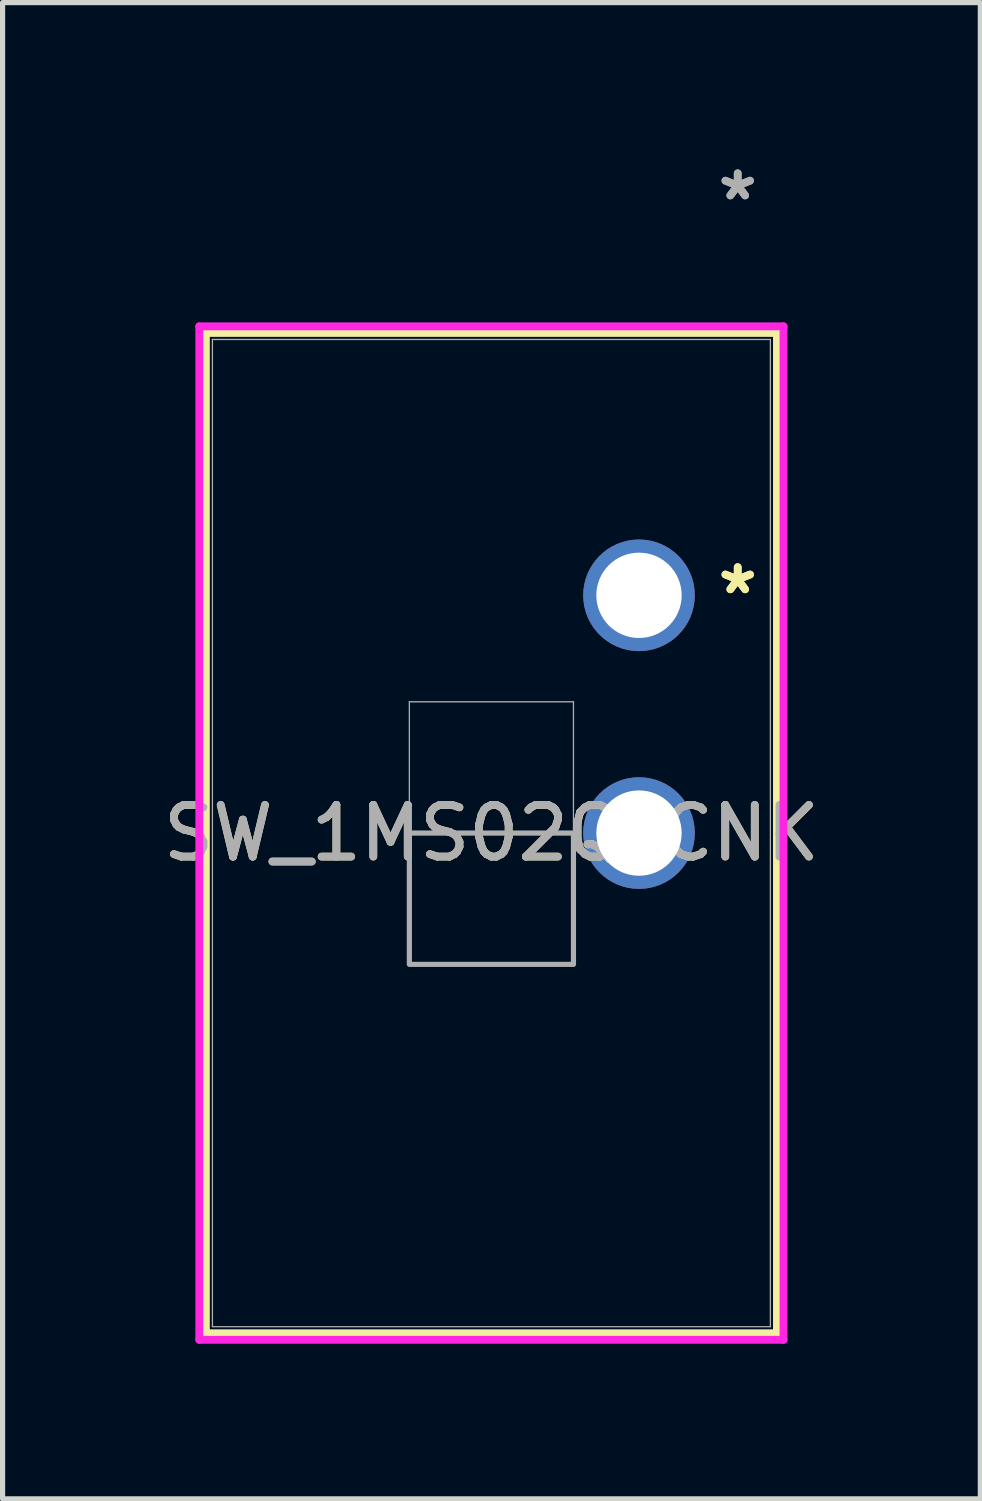
<source format=kicad_pcb>
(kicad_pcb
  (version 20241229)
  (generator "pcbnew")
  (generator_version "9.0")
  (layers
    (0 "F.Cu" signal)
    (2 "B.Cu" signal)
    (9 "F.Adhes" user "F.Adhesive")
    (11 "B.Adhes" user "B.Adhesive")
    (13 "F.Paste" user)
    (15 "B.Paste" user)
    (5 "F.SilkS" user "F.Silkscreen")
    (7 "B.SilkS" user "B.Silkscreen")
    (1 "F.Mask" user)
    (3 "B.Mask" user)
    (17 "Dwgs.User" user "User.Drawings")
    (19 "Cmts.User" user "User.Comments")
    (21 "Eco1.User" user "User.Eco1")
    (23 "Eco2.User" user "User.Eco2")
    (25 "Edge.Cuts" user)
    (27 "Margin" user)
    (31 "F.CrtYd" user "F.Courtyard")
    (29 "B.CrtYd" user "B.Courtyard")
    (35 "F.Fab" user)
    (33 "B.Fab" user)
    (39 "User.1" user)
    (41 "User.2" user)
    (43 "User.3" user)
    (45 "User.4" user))
  (footprint "SW_1MS02Q_CNK"
    (layer "F.Cu")
    (at 9.313 8.468)
    (property "Reference" "SW_1MS02Q_CNK" (at -2.855 4.6 0) (unlocked yes) (layer "F.SilkS") (effects (font (size 1 1) (thickness 0.15))))
    (attr through_hole)
    (fp_line (start -8.38 -5.077) (end -8.38 14.277) (stroke (width 0.152) (type solid)) (layer "F.SilkS"))
    (fp_line (start -8.38 14.277) (end 2.669 14.277) (stroke (width 0.152) (type solid)) (layer "F.SilkS"))
    (fp_line (start 2.669 -5.077) (end -8.38 -5.077) (stroke (width 0.152) (type solid)) (layer "F.SilkS"))
    (fp_line (start 2.669 14.277) (end 2.669 -5.077) (stroke (width 0.152) (type solid)) (layer "F.SilkS"))
    (fp_line (start -8.507 -5.204) (end -8.507 14.404) (stroke (width 0.152) (type solid)) (layer "F.CrtYd"))
    (fp_line (start -8.507 14.404) (end 2.796 14.404) (stroke (width 0.152) (type solid)) (layer "F.CrtYd"))
    (fp_line (start 2.796 -5.204) (end -8.507 -5.204) (stroke (width 0.152) (type solid)) (layer "F.CrtYd"))
    (fp_line (start 2.796 14.404) (end 2.796 -5.204) (stroke (width 0.152) (type solid)) (layer "F.CrtYd"))
    (fp_line (start -8.253 -4.95) (end -8.253 14.15) (stroke (width 0.025) (type solid)) (layer "F.Fab"))
    (fp_line (start -8.253 14.15) (end 2.542 14.15) (stroke (width 0.025) (type solid)) (layer "F.Fab"))
    (fp_line (start -4.443 2.06) (end -1.268 2.06) (stroke (width 0.025) (type solid)) (layer "F.Fab"))
    (fp_line (start -4.443 7.14) (end -4.443 2.06) (stroke (width 0.025) (type solid)) (layer "F.Fab"))
    (fp_line (start -1.268 2.06) (end -1.268 7.14) (stroke (width 0.025) (type solid)) (layer "F.Fab"))
    (fp_line (start -1.268 7.14) (end -4.443 7.14) (stroke (width 0.025) (type solid)) (layer "F.Fab"))
    (fp_line (start 2.542 -4.95) (end -8.253 -4.95) (stroke (width 0.025) (type solid)) (layer "F.Fab"))
    (fp_line (start 2.542 14.15) (end 2.542 -4.95) (stroke (width 0.025) (type solid)) (layer "F.Fab"))
    (fp_poly (pts (xy -4.443 7.14) (xy -4.443 4.6) (xy -1.268 4.6) (xy -1.268 7.14)) (stroke (width 0.1) (type solid)) (fill no) (layer "F.Fab"))
    (fp_text user "*" (at 1.91 0 0) (layer "F.SilkS") (effects (font (size 1 1) (thickness 0.15))))
    (fp_text user "*" (at 1.91 0 0) (unlocked yes) (layer "F.SilkS") (effects (font (size 1 1) (thickness 0.15))))
    (fp_text user "${REFERENCE}" (at -2.855 4.6 0) (unlocked yes) (layer "F.Fab") (effects (font (size 1 1) (thickness 0.15))))
    (fp_text user "*" (at 1.91 -7.62 0) (unlocked yes) (layer "F.Fab") (effects (font (size 1 1) (thickness 0.15))))
    (fp_text user "*" (at 1.91 -7.62 0) (layer "F.Fab") (effects (font (size 1 1) (thickness 0.15))))
    (pad "1" thru_hole circle (at 0 0) (size 2.159 2.159) (drill 1.651) (layers "*.Cu" "*.Mask"))
    (pad "2" thru_hole circle (at 0 4.6) (size 2.159 2.159) (drill 1.651) (layers "*.Cu" "*.Mask")))
  (gr_rect
    (start -3 -3)
    (end 15.917 25.949)
    (stroke (width 0.1) (type default))
    (fill no)
    (layer "Edge.Cuts")))
</source>
